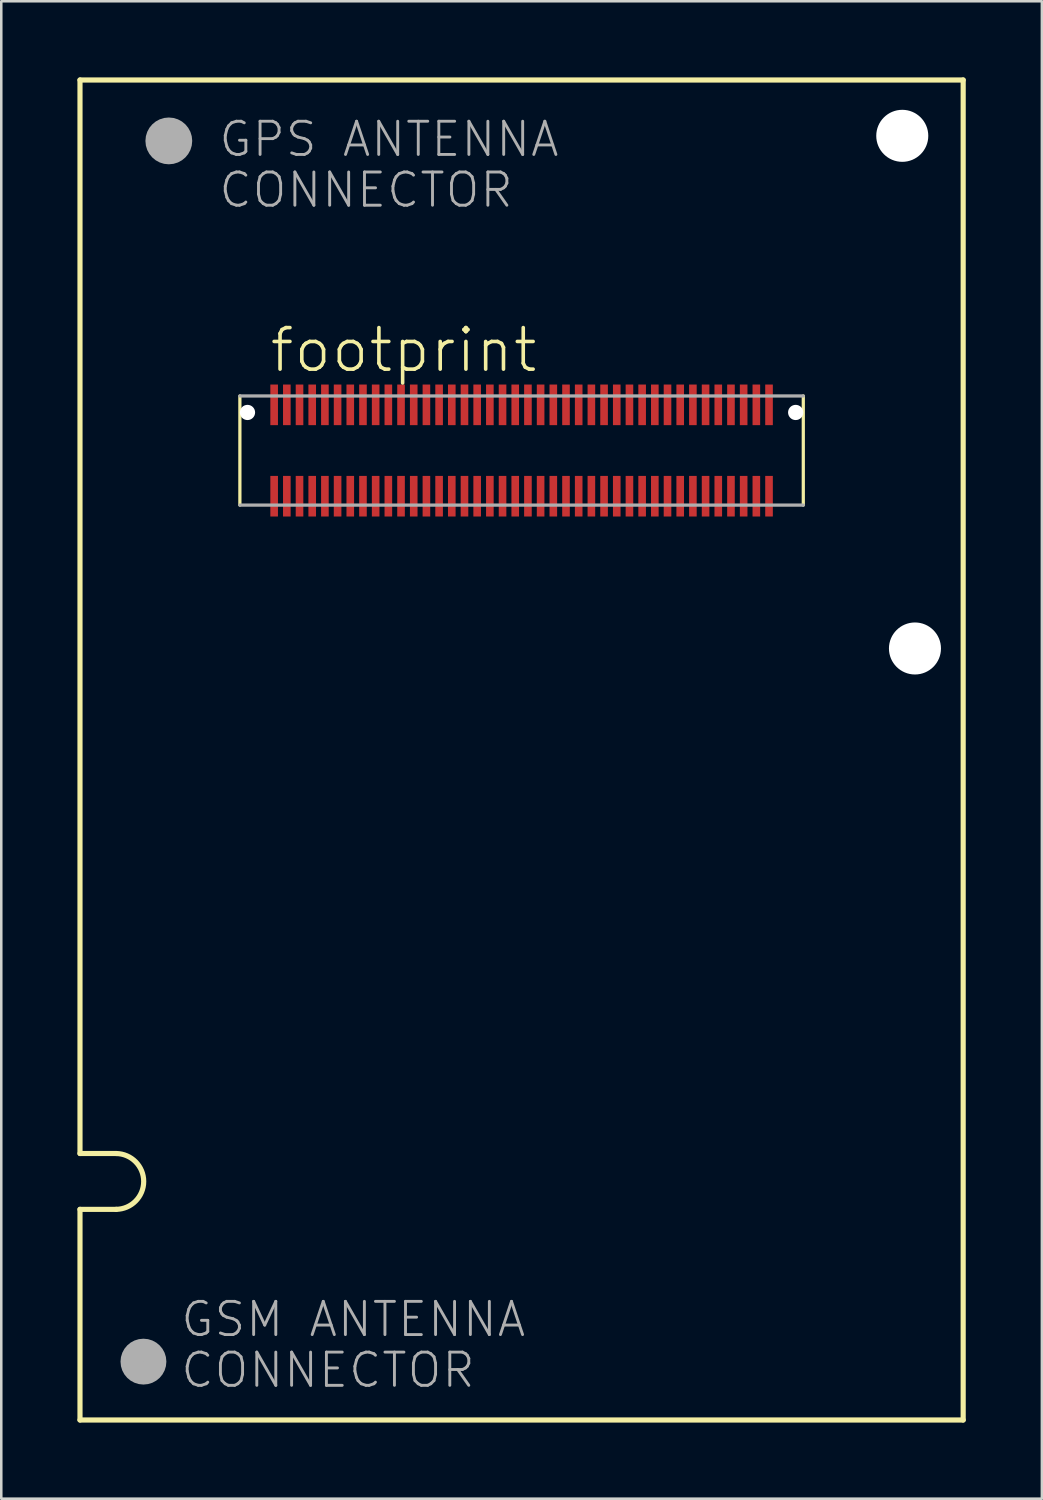
<source format=kicad_pcb>
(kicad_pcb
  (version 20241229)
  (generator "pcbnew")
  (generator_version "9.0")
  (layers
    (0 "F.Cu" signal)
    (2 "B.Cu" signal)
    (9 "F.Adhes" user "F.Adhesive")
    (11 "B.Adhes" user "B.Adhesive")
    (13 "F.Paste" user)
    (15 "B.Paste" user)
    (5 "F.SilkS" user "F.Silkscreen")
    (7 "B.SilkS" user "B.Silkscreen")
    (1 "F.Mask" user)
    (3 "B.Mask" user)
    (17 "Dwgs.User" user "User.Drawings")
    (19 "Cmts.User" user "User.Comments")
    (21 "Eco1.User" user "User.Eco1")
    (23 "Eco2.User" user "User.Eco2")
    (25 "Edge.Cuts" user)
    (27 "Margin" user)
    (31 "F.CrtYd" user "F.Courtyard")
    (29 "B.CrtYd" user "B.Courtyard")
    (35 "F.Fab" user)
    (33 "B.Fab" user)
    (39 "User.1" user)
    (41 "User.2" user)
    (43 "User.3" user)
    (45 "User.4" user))
  (footprint "footprint"
    (layer "F.Cu")
    (at 17.502 14.702)
    (property "Reference" "footprint" (at -10 -3 0) (layer "F.SilkS") (effects (font (size 1.636 1.636) (thickness 0.142)) (justify left bottom)))
    (fp_line (start -17.4 -14.6) (end 17.4 -14.6) (stroke (width 0.203) (type solid)) (layer "F.SilkS"))
    (fp_line (start -17.4 27.7) (end -17.4 -14.6) (stroke (width 0.203) (type solid)) (layer "F.SilkS"))
    (fp_line (start -17.4 29.9) (end -15.975 29.9) (stroke (width 0.203) (type solid)) (layer "F.SilkS"))
    (fp_line (start -17.4 38.2) (end -17.4 29.9) (stroke (width 0.203) (type solid)) (layer "F.SilkS"))
    (fp_line (start -17.4 38.2) (end 17.4 38.2) (stroke (width 0.203) (type solid)) (layer "F.SilkS"))
    (fp_line (start -15.975 27.7) (end -17.4 27.7) (stroke (width 0.203) (type solid)) (layer "F.SilkS"))
    (fp_line (start -11.1 -2.15) (end -11.1 2.15) (stroke (width 0.127) (type solid)) (layer "F.SilkS"))
    (fp_line (start 11.1 2.15) (end 11.1 -2.15) (stroke (width 0.127) (type solid)) (layer "F.SilkS"))
    (fp_line (start 17.4 -14.6) (end 17.4 38.2) (stroke (width 0.203) (type solid)) (layer "F.SilkS"))
    (fp_arc (start -15.974999 27.7) (mid -14.892853 28.8) (end -15.975 29.9) (stroke (width 0.2032) (type solid)) (layer "F.SilkS"))
    (fp_line (start -11.1 2.15) (end 11.1 2.15) (stroke (width 0.127) (type solid)) (layer "F.Fab"))
    (fp_line (start 11.1 -2.15) (end -11.1 -2.15) (stroke (width 0.127) (type solid)) (layer "F.Fab"))
    (fp_circle (center -14.9 35.9) (end -14.448 35.9) (stroke (width 0.903) (type solid)) (fill no) (layer "F.Fab"))
    (fp_circle (center -13.9 -12.2) (end -13.439 -12.2) (stroke (width 0.922) (type solid)) (fill no) (layer "F.Fab"))
    (fp_text user "GPS ANTENNA" (at -12 -11.5 0) (layer "F.Fab") (effects (font (size 1.309 1.309) (thickness 0.114)) (justify left bottom)))
    (fp_text user "CONNECTOR" (at -13.5 37 0) (layer "F.Fab") (effects (font (size 1.309 1.309) (thickness 0.114)) (justify left bottom)))
    (fp_text user "CONNECTOR" (at -12 -9.5 0) (layer "F.Fab") (effects (font (size 1.309 1.309) (thickness 0.114)) (justify left bottom)))
    (fp_text user "GSM ANTENNA" (at -13.5 35 0) (layer "F.Fab") (effects (font (size 1.309 1.309) (thickness 0.114)) (justify left bottom)))
    (pad "" np_thru_hole circle (at -10.8 -1.5) (size 0.6 0.6) (drill 0.6) (layers "*.Cu" "*.Mask"))
    (pad "" np_thru_hole circle (at 10.8 -1.5) (size 0.6 0.6) (drill 0.6) (layers "*.Cu" "*.Mask"))
    (pad "" np_thru_hole circle (at 15 -12.4) (size 2.05 2.05) (drill 2.05) (layers "*.Cu" "*.Mask"))
    (pad "" np_thru_hole circle (at 15.5 7.8) (size 2.05 2.05) (drill 2.05) (layers "*.Cu" "*.Mask"))
    (pad "1" smd rect (at -9.75 -1.8) (size 0.3 1.6) (layers "F.Cu" "F.Mask" "F.Paste"))
    (pad "2" smd rect (at -9.25 -1.8) (size 0.3 1.6) (layers "F.Cu" "F.Mask" "F.Paste"))
    (pad "3" smd rect (at -8.75 -1.8) (size 0.3 1.6) (layers "F.Cu" "F.Mask" "F.Paste"))
    (pad "4" smd rect (at -8.25 -1.8) (size 0.3 1.6) (layers "F.Cu" "F.Mask" "F.Paste"))
    (pad "5" smd rect (at -7.75 -1.8) (size 0.3 1.6) (layers "F.Cu" "F.Mask" "F.Paste"))
    (pad "6" smd rect (at -7.25 -1.8) (size 0.3 1.6) (layers "F.Cu" "F.Mask" "F.Paste"))
    (pad "7" smd rect (at -6.75 -1.8) (size 0.3 1.6) (layers "F.Cu" "F.Mask" "F.Paste"))
    (pad "8" smd rect (at -6.25 -1.8) (size 0.3 1.6) (layers "F.Cu" "F.Mask" "F.Paste"))
    (pad "9" smd rect (at -5.75 -1.8) (size 0.3 1.6) (layers "F.Cu" "F.Mask" "F.Paste"))
    (pad "10" smd rect (at -5.25 -1.8) (size 0.3 1.6) (layers "F.Cu" "F.Mask" "F.Paste"))
    (pad "11" smd rect (at -4.75 -1.8) (size 0.3 1.6) (layers "F.Cu" "F.Mask" "F.Paste"))
    (pad "12" smd rect (at -4.25 -1.8) (size 0.3 1.6) (layers "F.Cu" "F.Mask" "F.Paste"))
    (pad "13" smd rect (at -3.75 -1.8) (size 0.3 1.6) (layers "F.Cu" "F.Mask" "F.Paste"))
    (pad "14" smd rect (at -3.25 -1.8) (size 0.3 1.6) (layers "F.Cu" "F.Mask" "F.Paste"))
    (pad "15" smd rect (at -2.75 -1.8) (size 0.3 1.6) (layers "F.Cu" "F.Mask" "F.Paste"))
    (pad "16" smd rect (at -2.25 -1.8) (size 0.3 1.6) (layers "F.Cu" "F.Mask" "F.Paste"))
    (pad "17" smd rect (at -1.75 -1.8) (size 0.3 1.6) (layers "F.Cu" "F.Mask" "F.Paste"))
    (pad "18" smd rect (at -1.25 -1.8) (size 0.3 1.6) (layers "F.Cu" "F.Mask" "F.Paste"))
    (pad "19" smd rect (at -0.75 -1.8) (size 0.3 1.6) (layers "F.Cu" "F.Mask" "F.Paste"))
    (pad "20" smd rect (at -0.25 -1.8) (size 0.3 1.6) (layers "F.Cu" "F.Mask" "F.Paste"))
    (pad "21" smd rect (at 0.25 -1.8) (size 0.3 1.6) (layers "F.Cu" "F.Mask" "F.Paste"))
    (pad "22" smd rect (at 0.75 -1.8) (size 0.3 1.6) (layers "F.Cu" "F.Mask" "F.Paste"))
    (pad "23" smd rect (at 1.25 -1.8) (size 0.3 1.6) (layers "F.Cu" "F.Mask" "F.Paste"))
    (pad "24" smd rect (at 1.75 -1.8) (size 0.3 1.6) (layers "F.Cu" "F.Mask" "F.Paste"))
    (pad "25" smd rect (at 2.25 -1.8) (size 0.3 1.6) (layers "F.Cu" "F.Mask" "F.Paste"))
    (pad "26" smd rect (at 2.75 -1.8) (size 0.3 1.6) (layers "F.Cu" "F.Mask" "F.Paste"))
    (pad "27" smd rect (at 3.25 -1.8) (size 0.3 1.6) (layers "F.Cu" "F.Mask" "F.Paste"))
    (pad "28" smd rect (at 3.75 -1.8) (size 0.3 1.6) (layers "F.Cu" "F.Mask" "F.Paste"))
    (pad "29" smd rect (at 4.25 -1.8) (size 0.3 1.6) (layers "F.Cu" "F.Mask" "F.Paste"))
    (pad "30" smd rect (at 4.75 -1.8) (size 0.3 1.6) (layers "F.Cu" "F.Mask" "F.Paste"))
    (pad "31" smd rect (at 5.25 -1.8 180) (size 0.3 1.6) (layers "F.Cu" "F.Mask" "F.Paste"))
    (pad "32" smd rect (at 5.75 -1.8 180) (size 0.3 1.6) (layers "F.Cu" "F.Mask" "F.Paste"))
    (pad "33" smd rect (at 6.25 -1.8 180) (size 0.3 1.6) (layers "F.Cu" "F.Mask" "F.Paste"))
    (pad "34" smd rect (at 6.75 -1.8 180) (size 0.3 1.6) (layers "F.Cu" "F.Mask" "F.Paste"))
    (pad "35" smd rect (at 7.25 -1.8 180) (size 0.3 1.6) (layers "F.Cu" "F.Mask" "F.Paste"))
    (pad "36" smd rect (at 7.75 -1.8 180) (size 0.3 1.6) (layers "F.Cu" "F.Mask" "F.Paste"))
    (pad "37" smd rect (at 8.25 -1.8 180) (size 0.3 1.6) (layers "F.Cu" "F.Mask" "F.Paste"))
    (pad "38" smd rect (at 8.75 -1.8 180) (size 0.3 1.6) (layers "F.Cu" "F.Mask" "F.Paste"))
    (pad "39" smd rect (at 9.25 -1.8 180) (size 0.3 1.6) (layers "F.Cu" "F.Mask" "F.Paste"))
    (pad "40" smd rect (at 9.75 -1.8 180) (size 0.3 1.6) (layers "F.Cu" "F.Mask" "F.Paste"))
    (pad "41" smd rect (at 9.75 1.8) (size 0.3 1.6) (layers "F.Cu" "F.Mask" "F.Paste"))
    (pad "42" smd rect (at 9.25 1.8) (size 0.3 1.6) (layers "F.Cu" "F.Mask" "F.Paste"))
    (pad "43" smd rect (at 8.75 1.8) (size 0.3 1.6) (layers "F.Cu" "F.Mask" "F.Paste"))
    (pad "44" smd rect (at 8.25 1.8) (size 0.3 1.6) (layers "F.Cu" "F.Mask" "F.Paste"))
    (pad "45" smd rect (at 7.75 1.8) (size 0.3 1.6) (layers "F.Cu" "F.Mask" "F.Paste"))
    (pad "46" smd rect (at 7.25 1.8) (size 0.3 1.6) (layers "F.Cu" "F.Mask" "F.Paste"))
    (pad "47" smd rect (at 6.75 1.8) (size 0.3 1.6) (layers "F.Cu" "F.Mask" "F.Paste"))
    (pad "48" smd rect (at 6.25 1.8) (size 0.3 1.6) (layers "F.Cu" "F.Mask" "F.Paste"))
    (pad "49" smd rect (at 5.75 1.8) (size 0.3 1.6) (layers "F.Cu" "F.Mask" "F.Paste"))
    (pad "50" smd rect (at 5.25 1.8) (size 0.3 1.6) (layers "F.Cu" "F.Mask" "F.Paste"))
    (pad "51" smd rect (at 4.75 1.8) (size 0.3 1.6) (layers "F.Cu" "F.Mask" "F.Paste"))
    (pad "52" smd rect (at 4.25 1.8) (size 0.3 1.6) (layers "F.Cu" "F.Mask" "F.Paste"))
    (pad "53" smd rect (at 3.75 1.8) (size 0.3 1.6) (layers "F.Cu" "F.Mask" "F.Paste"))
    (pad "54" smd rect (at 3.25 1.8) (size 0.3 1.6) (layers "F.Cu" "F.Mask" "F.Paste"))
    (pad "55" smd rect (at 2.75 1.8) (size 0.3 1.6) (layers "F.Cu" "F.Mask" "F.Paste"))
    (pad "56" smd rect (at 2.25 1.8) (size 0.3 1.6) (layers "F.Cu" "F.Mask" "F.Paste"))
    (pad "57" smd rect (at 1.75 1.8) (size 0.3 1.6) (layers "F.Cu" "F.Mask" "F.Paste"))
    (pad "58" smd rect (at 1.25 1.8) (size 0.3 1.6) (layers "F.Cu" "F.Mask" "F.Paste"))
    (pad "59" smd rect (at 0.75 1.8) (size 0.3 1.6) (layers "F.Cu" "F.Mask" "F.Paste"))
    (pad "60" smd rect (at 0.25 1.8) (size 0.3 1.6) (layers "F.Cu" "F.Mask" "F.Paste"))
    (pad "61" smd rect (at -0.25 1.8) (size 0.3 1.6) (layers "F.Cu" "F.Mask" "F.Paste"))
    (pad "62" smd rect (at -0.75 1.8) (size 0.3 1.6) (layers "F.Cu" "F.Mask" "F.Paste"))
    (pad "63" smd rect (at -1.25 1.8) (size 0.3 1.6) (layers "F.Cu" "F.Mask" "F.Paste"))
    (pad "64" smd rect (at -1.75 1.8) (size 0.3 1.6) (layers "F.Cu" "F.Mask" "F.Paste"))
    (pad "65" smd rect (at -2.25 1.8) (size 0.3 1.6) (layers "F.Cu" "F.Mask" "F.Paste"))
    (pad "66" smd rect (at -2.75 1.8) (size 0.3 1.6) (layers "F.Cu" "F.Mask" "F.Paste"))
    (pad "67" smd rect (at -3.25 1.8) (size 0.3 1.6) (layers "F.Cu" "F.Mask" "F.Paste"))
    (pad "68" smd rect (at -3.75 1.8) (size 0.3 1.6) (layers "F.Cu" "F.Mask" "F.Paste"))
    (pad "69" smd rect (at -4.25 1.8) (size 0.3 1.6) (layers "F.Cu" "F.Mask" "F.Paste"))
    (pad "70" smd rect (at -4.75 1.8) (size 0.3 1.6) (layers "F.Cu" "F.Mask" "F.Paste"))
    (pad "71" smd rect (at -5.25 1.8) (size 0.3 1.6) (layers "F.Cu" "F.Mask" "F.Paste"))
    (pad "72" smd rect (at -5.75 1.8) (size 0.3 1.6) (layers "F.Cu" "F.Mask" "F.Paste"))
    (pad "73" smd rect (at -6.25 1.8) (size 0.3 1.6) (layers "F.Cu" "F.Mask" "F.Paste"))
    (pad "74" smd rect (at -6.75 1.8) (size 0.3 1.6) (layers "F.Cu" "F.Mask" "F.Paste"))
    (pad "75" smd rect (at -7.25 1.8) (size 0.3 1.6) (layers "F.Cu" "F.Mask" "F.Paste"))
    (pad "76" smd rect (at -7.75 1.8) (size 0.3 1.6) (layers "F.Cu" "F.Mask" "F.Paste"))
    (pad "77" smd rect (at -8.25 1.8) (size 0.3 1.6) (layers "F.Cu" "F.Mask" "F.Paste"))
    (pad "78" smd rect (at -8.75 1.8) (size 0.3 1.6) (layers "F.Cu" "F.Mask" "F.Paste"))
    (pad "79" smd rect (at -9.25 1.8) (size 0.3 1.6) (layers "F.Cu" "F.Mask" "F.Paste"))
    (pad "80" smd rect (at -9.75 1.8) (size 0.3 1.6) (layers "F.Cu" "F.Mask" "F.Paste")))
  (gr_rect
    (start -3 -3)
    (end 38.003 56.003)
    (stroke (width 0.1) (type default))
    (fill no)
    (layer "Edge.Cuts")))
</source>
